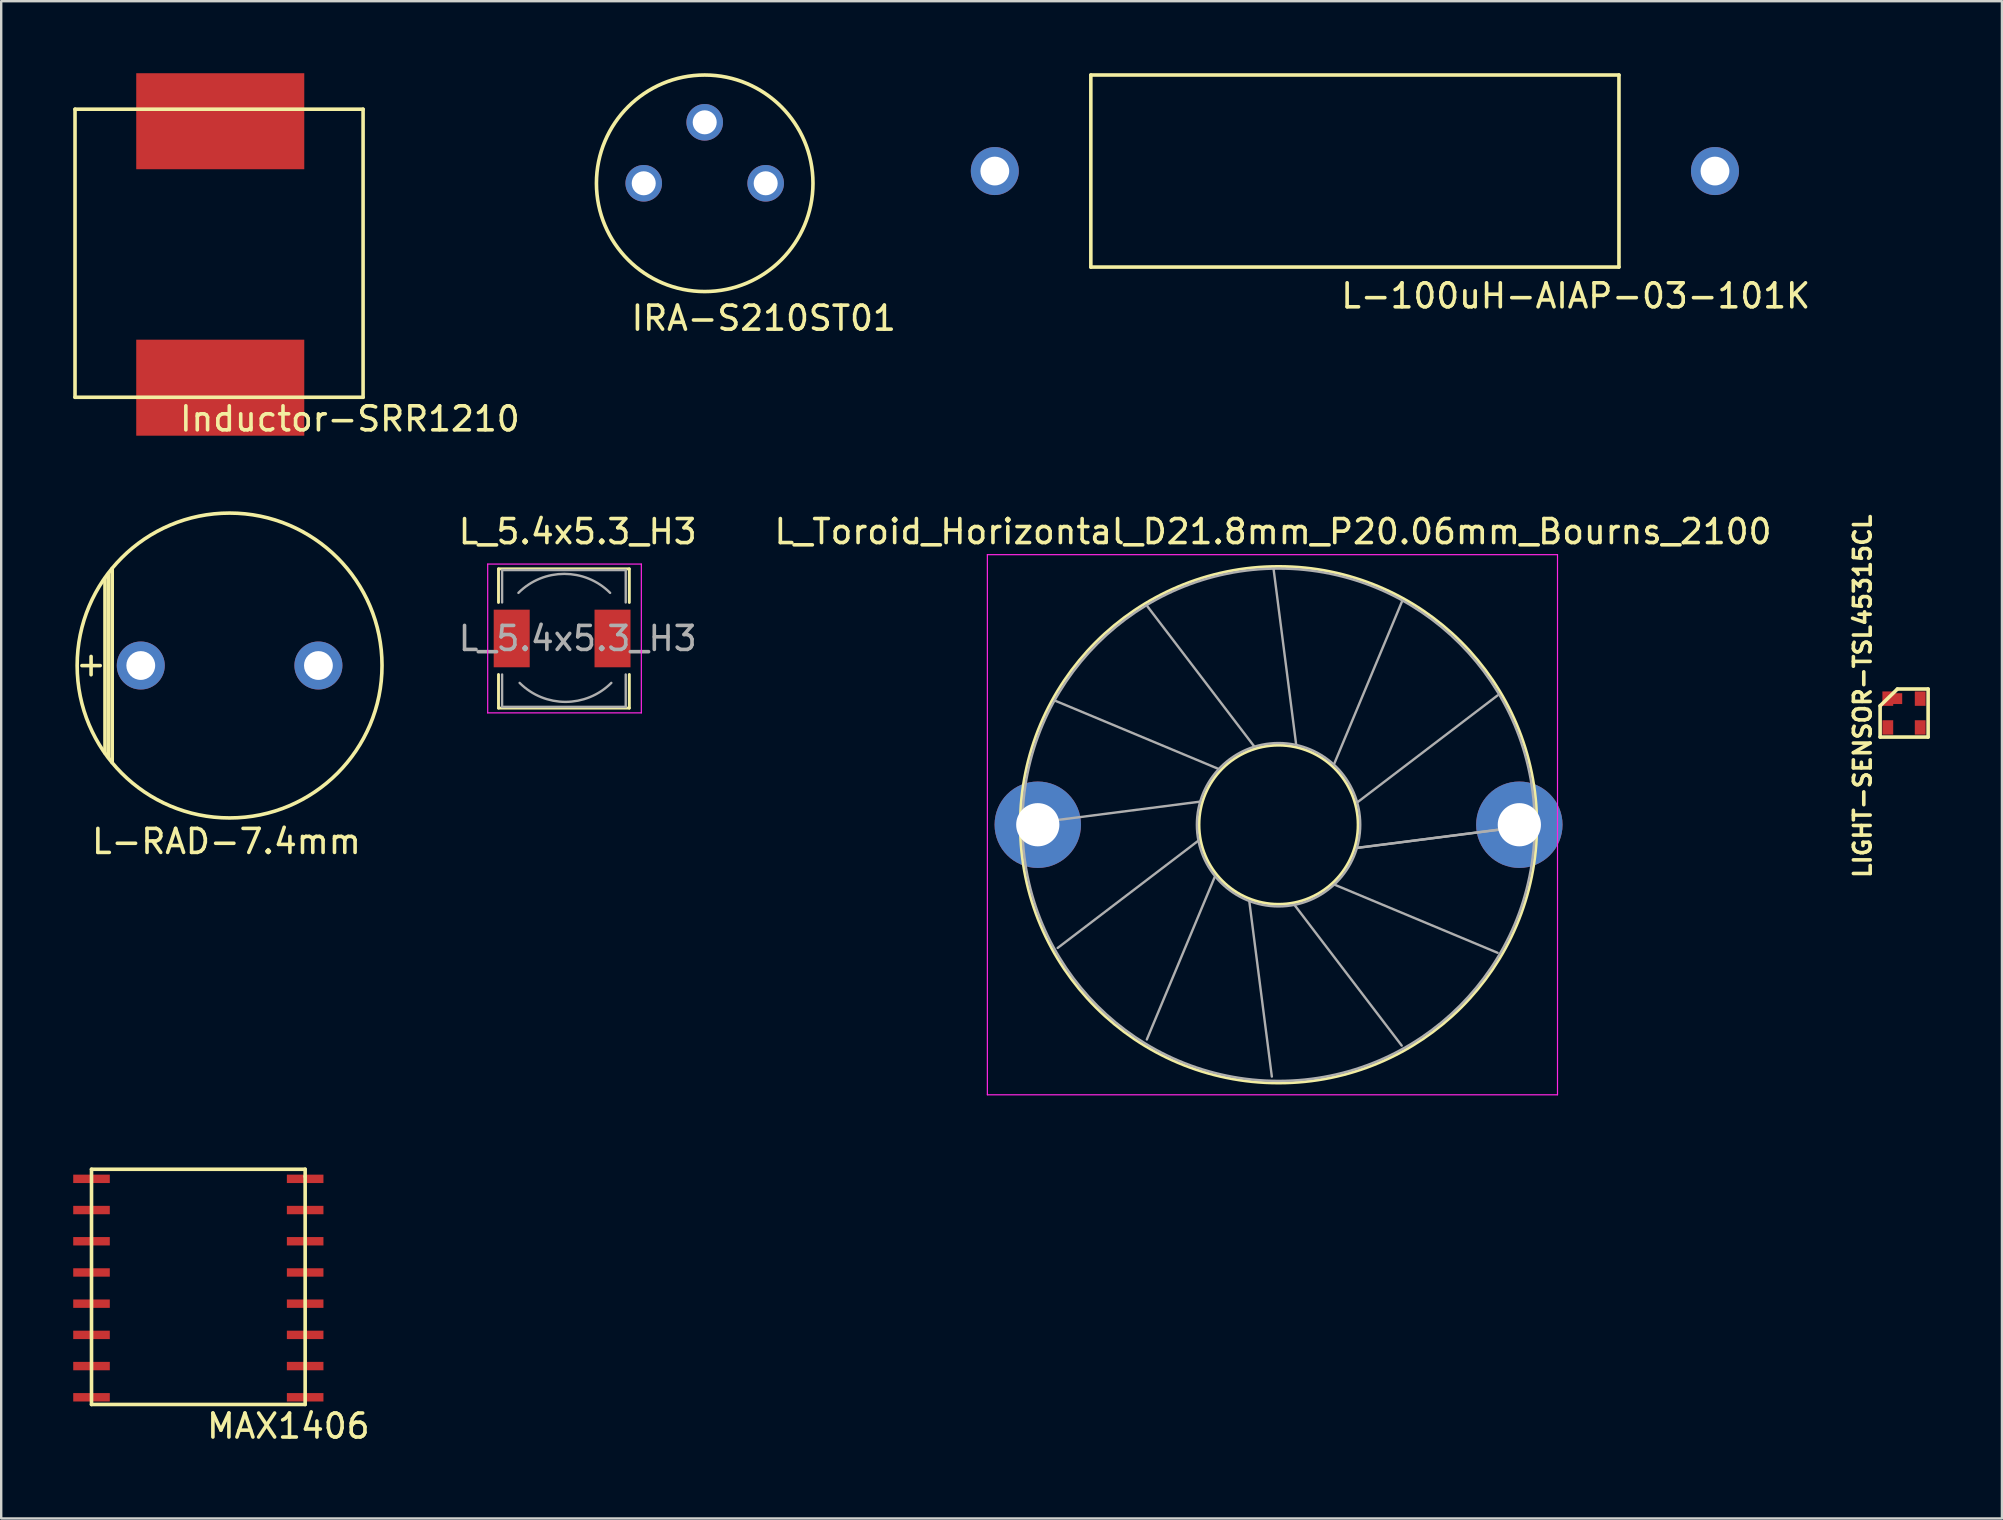
<source format=kicad_pcb>
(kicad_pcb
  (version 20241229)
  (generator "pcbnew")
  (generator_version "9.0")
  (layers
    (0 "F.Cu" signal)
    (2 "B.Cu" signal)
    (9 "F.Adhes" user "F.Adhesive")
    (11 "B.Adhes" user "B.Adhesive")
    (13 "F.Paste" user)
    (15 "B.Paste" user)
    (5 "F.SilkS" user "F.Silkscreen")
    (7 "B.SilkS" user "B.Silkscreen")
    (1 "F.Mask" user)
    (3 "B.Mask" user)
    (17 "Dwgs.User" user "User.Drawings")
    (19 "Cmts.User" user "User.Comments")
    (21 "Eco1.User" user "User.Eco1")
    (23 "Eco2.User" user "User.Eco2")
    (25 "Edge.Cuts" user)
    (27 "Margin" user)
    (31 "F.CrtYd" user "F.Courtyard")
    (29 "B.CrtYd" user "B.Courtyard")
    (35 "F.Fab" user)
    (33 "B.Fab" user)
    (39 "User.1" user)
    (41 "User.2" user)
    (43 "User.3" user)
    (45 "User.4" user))
  (footprint "MAX1406"
    (layer "F.Cu")
    (at 0.762 48.757)
    (property "Reference" "MAX1406" (at 8.2 7.6 180) (layer "F.SilkS") (effects (font (size 1 1) (thickness 0.15))))
    (attr through_hole)
    (fp_line (start 0 -3.1) (end 8.9 -3.1) (stroke (width 0.15) (type solid)) (layer "F.SilkS"))
    (fp_line (start 0 6.7) (end 0 -3.1) (stroke (width 0.15) (type solid)) (layer "F.SilkS"))
    (fp_line (start 8.9 -3.1) (end 8.9 -2.8) (stroke (width 0.15) (type solid)) (layer "F.SilkS"))
    (fp_line (start 8.9 -2.8) (end 8.9 6.7) (stroke (width 0.15) (type solid)) (layer "F.SilkS"))
    (fp_line (start 8.9 6.7) (end 0 6.7) (stroke (width 0.15) (type solid)) (layer "F.SilkS"))
    (pad "1" smd rect (at 0 -2.7 90) (size 0.35 1.524) (layers "F.Cu" "F.Mask" "F.Paste"))
    (pad "2" smd rect (at 0 -1.4 90) (size 0.35 1.524) (layers "F.Cu" "F.Mask" "F.Paste"))
    (pad "3" smd rect (at 0 -0.1 90) (size 0.35 1.524) (layers "F.Cu" "F.Mask" "F.Paste"))
    (pad "4" smd rect (at 0 1.2 270) (size 0.35 1.524) (layers "F.Cu" "F.Mask" "F.Paste"))
    (pad "5" smd rect (at 0 2.5 90) (size 0.35 1.524) (layers "F.Cu" "F.Mask" "F.Paste"))
    (pad "6" smd rect (at 0 3.8 90) (size 0.35 1.524) (layers "F.Cu" "F.Mask" "F.Paste"))
    (pad "7" smd rect (at 0 5.1 90) (size 0.35 1.524) (layers "F.Cu" "F.Mask" "F.Paste"))
    (pad "8" smd rect (at 0 6.4 90) (size 0.35 1.524) (layers "F.Cu" "F.Mask" "F.Paste"))
    (pad "9" smd rect (at 8.9 6.4 90) (size 0.35 1.524) (layers "F.Cu" "F.Mask" "F.Paste"))
    (pad "10" smd rect (at 8.9 5.1 90) (size 0.35 1.524) (layers "F.Cu" "F.Mask" "F.Paste"))
    (pad "11" smd rect (at 8.9 3.8 90) (size 0.35 1.524) (layers "F.Cu" "F.Mask" "F.Paste"))
    (pad "12" smd rect (at 8.9 2.5 90) (size 0.35 1.524) (layers "F.Cu" "F.Mask" "F.Paste"))
    (pad "13" smd rect (at 8.9 1.2 90) (size 0.35 1.524) (layers "F.Cu" "F.Mask" "F.Paste"))
    (pad "14" smd rect (at 8.9 -0.1 90) (size 0.35 1.524) (layers "F.Cu" "F.Mask" "F.Paste"))
    (pad "15" smd rect (at 8.9 -1.4 90) (size 0.35 1.524) (layers "F.Cu" "F.Mask" "F.Paste"))
    (pad "16" smd rect (at 8.9 -2.7 90) (size 0.35 1.524) (layers "F.Cu" "F.Mask" "F.Paste")))
  (footprint "L-RAD-7.4mm"
    (layer "F.Cu")
    (at 6.514 24.673)
    (property "Reference" "L-RAD-7.4mm" (at -0.13 7.33 0) (layer "F.SilkS") (effects (font (size 1 1) (thickness 0.15))))
    (attr through_hole)
    (fp_line (start -5.19 -3.64) (end -5.19 3.65) (stroke (width 0.15) (type solid)) (layer "F.SilkS"))
    (fp_line (start -5.04 -3.84) (end -5.04 3.84) (stroke (width 0.15) (type solid)) (layer "F.SilkS"))
    (fp_line (start -4.89 -4.04) (end -4.89 4.04) (stroke (width 0.15) (type solid)) (layer "F.SilkS"))
    (fp_circle (center 0 0) (end 6.35 0) (stroke (width 0.15) (type solid)) (fill no) (layer "F.SilkS"))
    (fp_text user "+" (at -5.77 -0.07 0) (layer "F.SilkS") (effects (font (size 1 1) (thickness 0.15))))
    (pad "1" thru_hole circle (at -3.7 0) (size 2 2) (drill 1.2) (layers "*.Cu" "*.Mask"))
    (pad "2" thru_hole circle (at 3.7 0) (size 2 2) (drill 1.2) (layers "*.Cu" "*.Mask")))
  (footprint "Inductor-SRR1210"
    (layer "F.Cu")
    (at 5.925 8.5)
    (property "Reference" "Inductor-SRR1210" (at 5.6 5.9 0) (layer "F.SilkS") (effects (font (size 1 1) (thickness 0.15))))
    (attr through_hole)
    (fp_line (start -5.85 -7) (end -5.85 5) (stroke (width 0.15) (type solid)) (layer "F.SilkS"))
    (fp_line (start -5.85 5) (end 6.15 5) (stroke (width 0.15) (type solid)) (layer "F.SilkS"))
    (fp_line (start 6.15 -7) (end -5.85 -7) (stroke (width 0.15) (type solid)) (layer "F.SilkS"))
    (fp_line (start 6.15 5) (end 6.15 -7) (stroke (width 0.15) (type solid)) (layer "F.SilkS"))
    (pad "1" smd rect (at 0.2 -6.5) (size 7 4) (layers "F.Cu" "F.Mask" "F.Paste"))
    (pad "2" smd rect (at 0.2 4.6) (size 7 4) (layers "F.Cu" "F.Mask" "F.Paste")))
  (footprint "LIGHT-SENSOR-TSL45315CL"
    (layer "F.Cu")
    (at 75.59 26.053)
    (property "Reference" "LIGHT-SENSOR-TSL45315CL" (at -1.05 -0.1 270) (layer "F.SilkS") (effects (font (size 0.7 0.7) (thickness 0.15))))
    (attr through_hole)
    (fp_line (start -0.32 0.3) (end -0.32 1.6) (stroke (width 0.15) (type solid)) (layer "F.SilkS"))
    (fp_line (start -0.32 0.3) (end 0.4 -0.4) (stroke (width 0.15) (type solid)) (layer "F.SilkS"))
    (fp_line (start -0.32 1.6) (end 1.68 1.6) (stroke (width 0.15) (type solid)) (layer "F.SilkS"))
    (fp_line (start 0.4 -0.4) (end 1.68 -0.4) (stroke (width 0.15) (type solid)) (layer "F.SilkS"))
    (fp_line (start 1.68 -0.4) (end 1.68 1.6) (stroke (width 0.15) (type solid)) (layer "F.SilkS"))
    (pad "1" smd rect (at 0 0) (size 0.45 0.6) (layers "F.Cu" "F.Mask" "F.Paste"))
    (pad "1" smd rect (at 0.3 0 90) (size 0.45 0.6) (layers "F.Cu" "F.Mask" "F.Paste"))
    (pad "2" smd rect (at 0 1.2) (size 0.45 0.6) (layers "F.Cu" "F.Mask" "F.Paste"))
    (pad "3" smd rect (at 1.35 1.2) (size 0.45 0.6) (layers "F.Cu" "F.Mask" "F.Paste"))
    (pad "4" smd rect (at 1.35 0) (size 0.45 0.6) (layers "F.Cu" "F.Mask" "F.Paste")))
  (footprint "L-100uH-AIAP-03-101K"
    (layer "F.Cu")
    (at 53.491 10.675)
    (property "Reference" "L-100uH-AIAP-03-101K" (at 9.1 -1.4 0) (layer "F.SilkS") (effects (font (size 1 1) (thickness 0.15))))
    (attr through_hole)
    (fp_line (start -11.1 -10.6) (end -11.1 -2.6) (stroke (width 0.15) (type solid)) (layer "F.SilkS"))
    (fp_line (start -11.1 -2.6) (end 10.9 -2.6) (stroke (width 0.15) (type solid)) (layer "F.SilkS"))
    (fp_line (start 10.9 -10.6) (end -11.1 -10.6) (stroke (width 0.15) (type solid)) (layer "F.SilkS"))
    (fp_line (start 10.9 -2.6) (end 10.9 -10.6) (stroke (width 0.15) (type solid)) (layer "F.SilkS"))
    (pad "1" thru_hole circle (at -15.1 -6.6) (size 2 2) (drill 1.2) (layers "*.Cu" "*.Mask"))
    (pad "2" thru_hole circle (at 14.9 -6.6) (size 2 2) (drill 1.2) (layers "*.Cu" "*.Mask")))
  (footprint "L_Toroid_Horizontal_D21.8mm_P20.06mm_Bourns_2100"
    (layer "F.Cu")
    (at 40.181 31.306)
    (property "Reference" "L_Toroid_Horizontal_D21.8mm_P20.06mm_Bourns_2100" (at 9.8 -12.21 0) (layer "F.SilkS") (effects (font (size 1 1) (thickness 0.15))))
    (attr through_hole)
    (fp_circle (center 10.03 0) (end 13.343 0) (stroke (width 0.12) (type solid)) (fill no) (layer "F.SilkS"))
    (fp_circle (center 10.03 0) (end 20.79 0) (stroke (width 0.12) (type solid)) (fill no) (layer "F.SilkS"))
    (fp_line (start -2.1 -11.25) (end -2.1 11.25) (stroke (width 0.05) (type solid)) (layer "F.CrtYd"))
    (fp_line (start -2.1 11.25) (end 21.65 11.25) (stroke (width 0.05) (type solid)) (layer "F.CrtYd"))
    (fp_line (start 21.65 -11.25) (end -2.1 -11.25) (stroke (width 0.05) (type solid)) (layer "F.CrtYd"))
    (fp_line (start 21.65 11.25) (end 21.65 -11.25) (stroke (width 0.05) (type solid)) (layer "F.CrtYd"))
    (fp_line (start -0.538 -0.024) (end 6.741 -0.96) (stroke (width 0.1) (type solid)) (layer "F.Fab"))
    (fp_line (start 0.752 -5.155) (end 7.523 -2.327) (stroke (width 0.1) (type solid)) (layer "F.Fab"))
    (fp_line (start 0.829 5.132) (end 6.665 0.682) (stroke (width 0.1) (type solid)) (layer "F.Fab"))
    (fp_line (start 4.542 8.947) (end 7.372 2.175) (stroke (width 0.1) (type solid)) (layer "F.Fab"))
    (fp_line (start 4.566 -9.098) (end 9.017 -3.262) (stroke (width 0.1) (type solid)) (layer "F.Fab"))
    (fp_line (start 9.75 10.491) (end 8.814 3.212) (stroke (width 0.1) (type solid)) (layer "F.Fab"))
    (fp_line (start 9.824 -10.643) (end 10.76 -3.364) (stroke (width 0.1) (type solid)) (layer "F.Fab"))
    (fp_line (start 15.16 9.2) (end 10.71 3.364) (stroke (width 0.1) (type solid)) (layer "F.Fab"))
    (fp_line (start 15.184 -9.328) (end 12.355 -2.556) (stroke (width 0.1) (type solid)) (layer "F.Fab"))
    (fp_line (start 19.152 -5.387) (end 13.316 -0.936) (stroke (width 0.1) (type solid)) (layer "F.Fab"))
    (fp_line (start 19.153 5.334) (end 12.381 2.505) (stroke (width 0.1) (type solid)) (layer "F.Fab"))
    (fp_line (start 20.596 0.023) (end 13.317 0.96) (stroke (width 0.1) (type solid)) (layer "F.Fab"))
    (fp_line (start 20.621 0.025) (end 13.342 0.961) (stroke (width 0.1) (type solid)) (layer "F.Fab"))
    (fp_circle (center 10.03 0) (end 13.433 0) (stroke (width 0.1) (type solid)) (fill no) (layer "F.Fab"))
    (fp_circle (center 10.03 0) (end 20.7 0) (stroke (width 0.1) (type solid)) (fill no) (layer "F.Fab"))
    (pad "1" thru_hole circle (at 0 0) (size 3.6 3.6) (drill 1.8) (layers "*.Cu" "*.Mask"))
    (pad "2" thru_hole circle (at 20.06 0) (size 3.6 3.6) (drill 1.8) (layers "*.Cu" "*.Mask")))
  (footprint "L_5.4x5.3_H3"
    (layer "F.Cu")
    (at 21.016 23.547)
    (property "Reference" "L_5.4x5.3_H3" (at 0 -4.45 0) (layer "F.SilkS") (effects (font (size 1 1) (thickness 0.15))))
    (attr smd)
    (fp_line (start -3.3 -2.9) (end 2.15 -2.9) (stroke (width 0.12) (type solid)) (layer "F.SilkS"))
    (fp_line (start -3.3 -1.5) (end -3.3 -2.9) (stroke (width 0.12) (type solid)) (layer "F.SilkS"))
    (fp_line (start -3.3 2.9) (end -3.3 1.5) (stroke (width 0.12) (type solid)) (layer "F.SilkS"))
    (fp_line (start 2.15 -2.9) (end 2.15 -1.5) (stroke (width 0.12) (type solid)) (layer "F.SilkS"))
    (fp_line (start 2.15 1.5) (end 2.15 2.9) (stroke (width 0.12) (type solid)) (layer "F.SilkS"))
    (fp_line (start 2.15 2.9) (end -3.3 2.9) (stroke (width 0.12) (type solid)) (layer "F.SilkS"))
    (fp_line (start -3.75 -3.1) (end -3.75 3.1) (stroke (width 0.05) (type solid)) (layer "F.CrtYd"))
    (fp_line (start -3.75 3.1) (end 2.65 3.1) (stroke (width 0.05) (type solid)) (layer "F.CrtYd"))
    (fp_line (start 2.65 -3.1) (end -3.75 -3.1) (stroke (width 0.05) (type solid)) (layer "F.CrtYd"))
    (fp_line (start 2.65 3.1) (end 2.65 -3.1) (stroke (width 0.05) (type solid)) (layer "F.CrtYd"))
    (fp_line (start -3.15 -2.85) (end -3.15 -1.5) (stroke (width 0.1) (type solid)) (layer "F.Fab"))
    (fp_line (start -3.15 -2.85) (end 2 -2.85) (stroke (width 0.1) (type solid)) (layer "F.Fab"))
    (fp_line (start -3.15 2.85) (end -3.15 1.5) (stroke (width 0.1) (type solid)) (layer "F.Fab"))
    (fp_line (start -3.15 2.85) (end 2 2.85) (stroke (width 0.1) (type solid)) (layer "F.Fab"))
    (fp_line (start 2 -2.85) (end 2 -1.5) (stroke (width 0.1) (type solid)) (layer "F.Fab"))
    (fp_line (start 2 2.85) (end 2 1.5) (stroke (width 0.1) (type solid)) (layer "F.Fab"))
    (fp_arc (start -2.47 -1.9) (mid -0.56 -2.691148) (end 1.35 -1.9) (stroke (width 0.1) (type solid)) (layer "F.Fab"))
    (fp_arc (start 1.4 1.85) (mid -0.51 2.641148) (end -2.42 1.85) (stroke (width 0.1) (type solid)) (layer "F.Fab"))
    (fp_text user "${REFERENCE}" (at 0 0 0) (layer "F.Fab") (effects (font (size 1 1) (thickness 0.15))))
    (pad "1" smd rect (at -2.75 0) (size 1.5 2.4) (layers "F.Cu" "F.Mask" "F.Paste"))
    (pad "2" smd rect (at 1.45 0) (size 1.5 2.4) (layers "F.Cu" "F.Mask" "F.Paste")))
  (footprint "IRA-S210ST01"
    (layer "F.Cu")
    (at 23.766 4.585)
    (property "Reference" "IRA-S210ST01" (at 5 5.62 0) (layer "F.SilkS") (effects (font (size 1 1) (thickness 0.15))))
    (attr through_hole)
    (fp_circle (center 2.54 0) (end 7.05 0) (stroke (width 0.15) (type solid)) (fill no) (layer "F.SilkS"))
    (pad "1" thru_hole circle (at 5.08 0) (size 1.524 1.524) (drill 1) (layers "*.Cu" "*.Mask"))
    (pad "2" thru_hole circle (at 0 0) (size 1.524 1.524) (drill 1) (layers "*.Cu" "*.Mask"))
    (pad "3" thru_hole circle (at 2.54 -2.54) (size 1.524 1.524) (drill 1) (layers "*.Cu" "*.Mask")))
  (gr_rect
    (start -3 -3)
    (end 80.345 60.205)
    (stroke (width 0.1) (type default))
    (fill no)
    (layer "Edge.Cuts")))
</source>
